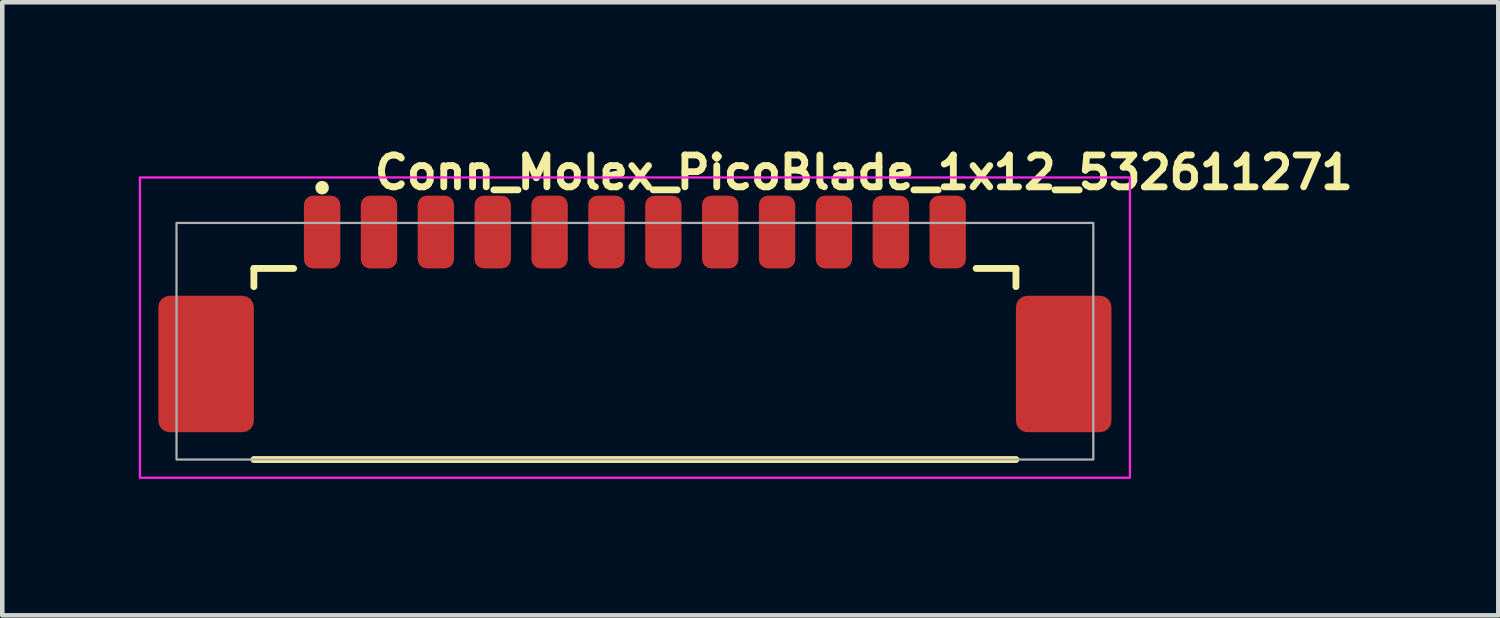
<source format=kicad_pcb>
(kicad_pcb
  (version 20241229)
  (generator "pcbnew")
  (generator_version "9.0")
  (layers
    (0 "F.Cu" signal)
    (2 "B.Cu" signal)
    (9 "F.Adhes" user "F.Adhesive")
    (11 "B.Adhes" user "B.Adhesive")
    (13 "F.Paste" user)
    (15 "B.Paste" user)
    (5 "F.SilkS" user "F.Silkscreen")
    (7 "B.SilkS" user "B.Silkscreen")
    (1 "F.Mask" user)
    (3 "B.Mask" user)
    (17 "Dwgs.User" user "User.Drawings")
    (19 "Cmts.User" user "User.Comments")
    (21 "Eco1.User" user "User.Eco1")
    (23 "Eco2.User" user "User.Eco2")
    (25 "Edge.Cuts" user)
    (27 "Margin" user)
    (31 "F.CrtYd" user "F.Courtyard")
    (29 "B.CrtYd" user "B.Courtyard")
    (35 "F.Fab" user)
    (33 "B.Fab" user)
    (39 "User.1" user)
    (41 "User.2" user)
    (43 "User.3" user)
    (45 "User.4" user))
  (footprint "Conn_Molex_PicoBlade_1x12_532611271"
    (layer "F.Cu")
    (at 10.905 4.45)
    (property "Reference" "Conn_Molex_PicoBlade_1x12_532611271" (at -5.8 -3.3 0) (layer "F.SilkS") (effects (font (size 0.7 0.7) (thickness 0.15)) (justify left bottom)))
    (attr smd)
    (fp_line (start -8.375 -1.6) (end -7.5 -1.6) (stroke (width 0.15) (type solid)) (layer "F.SilkS"))
    (fp_line (start -8.375 -1.2) (end -8.375 -1.6) (stroke (width 0.15) (type solid)) (layer "F.SilkS"))
    (fp_line (start -8.375 2.6) (end 8.375 2.6) (stroke (width 0.15) (type solid)) (layer "F.SilkS"))
    (fp_line (start 7.5 -1.6) (end 8.375 -1.6) (stroke (width 0.15) (type solid)) (layer "F.SilkS"))
    (fp_line (start 8.375 -1.2) (end 8.375 -1.6) (stroke (width 0.15) (type solid)) (layer "F.SilkS"))
    (fp_circle (center -6.875 -3.375) (end -6.8 -3.375) (stroke (width 0.15) (type solid)) (fill no) (layer "F.SilkS"))
    (fp_rect (start -10.88 -3.6) (end 10.88 3) (stroke (width 0.05) (type solid)) (fill no) (layer "F.CrtYd"))
    (fp_rect (start -10.075 -2.6) (end 10.075 2.6) (stroke (width 0.05) (type default)) (fill no) (layer "F.Fab"))
    (fp_rect (start -10.075 -2.6) (end 10.075 2.6) (stroke (width 0.1) (type solid)) (fill no) (layer "User.5"))
    (fp_line (start -10.075 1.4) (end -10.075 -0.4) (stroke (width 0.02) (type solid)) (layer "User.9"))
    (fp_line (start -10.075 1.4) (end -9.875 1.6) (stroke (width 0.02) (type solid)) (layer "User.9"))
    (fp_line (start -9.875 -0.6) (end -10.075 -0.4) (stroke (width 0.02) (type solid)) (layer "User.9"))
    (fp_line (start -9.875 -0.6) (end -9.675 -0.6) (stroke (width 0.02) (type solid)) (layer "User.9"))
    (fp_line (start -9.875 2.2) (end -9.875 -0.6) (stroke (width 0.02) (type solid)) (layer "User.9"))
    (fp_line (start -9.875 2.2) (end -9.675 2.2) (stroke (width 0.02) (type solid)) (layer "User.9"))
    (fp_line (start -9.675 -0.6) (end -8.875 -0.6) (stroke (width 0.02) (type solid)) (layer "User.9"))
    (fp_line (start -9.675 2.2) (end -9.675 -0.6) (stroke (width 0.02) (type solid)) (layer "User.9"))
    (fp_line (start -9.675 2.2) (end -8.875 2.2) (stroke (width 0.02) (type solid)) (layer "User.9"))
    (fp_line (start -8.875 -0.6) (end -8.375 -0.6) (stroke (width 0.02) (type solid)) (layer "User.9"))
    (fp_line (start -8.875 2.2) (end -8.875 -0.6) (stroke (width 0.02) (type solid)) (layer "User.9"))
    (fp_line (start -8.875 2.2) (end -8.375 2.2) (stroke (width 0.02) (type solid)) (layer "User.9"))
    (fp_line (start -8.375 -1.6) (end -8.375 1.6) (stroke (width 0.02) (type solid)) (layer "User.9"))
    (fp_line (start -8.375 1.6) (end -8.375 2.6) (stroke (width 0.02) (type solid)) (layer "User.9"))
    (fp_line (start -8.375 2.6) (end -8.075 2.6) (stroke (width 0.02) (type solid)) (layer "User.9"))
    (fp_line (start -8.075 2.6) (end -7.775 2.4) (stroke (width 0.02) (type solid)) (layer "User.9"))
    (fp_line (start -7.775 2.4) (end -7.775 1.6) (stroke (width 0.02) (type solid)) (layer "User.9"))
    (fp_line (start -7.775 2.4) (end -6.4 2.4) (stroke (width 0.02) (type solid)) (layer "User.9"))
    (fp_line (start -7.425 1) (end -7.425 1.6) (stroke (width 0.02) (type solid)) (layer "User.9"))
    (fp_line (start -7.425 1.6) (end -8.375 1.6) (stroke (width 0.02) (type solid)) (layer "User.9"))
    (fp_line (start -7.035 -2.6) (end -7.035 -2.3) (stroke (width 0.02) (type solid)) (layer "User.9"))
    (fp_line (start -7.035 -2.3) (end -7.035 -1.6) (stroke (width 0.02) (type solid)) (layer "User.9"))
    (fp_line (start -7.035 1) (end -7.035 1.9) (stroke (width 0.02) (type solid)) (layer "User.9"))
    (fp_line (start -6.715 -2.6) (end -7.035 -2.6) (stroke (width 0.02) (type solid)) (layer "User.9"))
    (fp_line (start -6.715 -2.6) (end -6.715 -2.3) (stroke (width 0.02) (type solid)) (layer "User.9"))
    (fp_line (start -6.715 -2.3) (end -7.035 -2.3) (stroke (width 0.02) (type solid)) (layer "User.9"))
    (fp_line (start -6.715 -2.3) (end -6.715 -1.6) (stroke (width 0.02) (type solid)) (layer "User.9"))
    (fp_line (start -6.715 1) (end -6.715 1.9) (stroke (width 0.02) (type solid)) (layer "User.9"))
    (fp_line (start -6.715 1.15) (end -6.4 1.15) (stroke (width 0.02) (type solid)) (layer "User.9"))
    (fp_line (start -6.715 1.9) (end -7.035 1.9) (stroke (width 0.02) (type solid)) (layer "User.9"))
    (fp_line (start -6.4 1.15) (end -6.4 2.4) (stroke (width 0.02) (type solid)) (layer "User.9"))
    (fp_line (start -6.4 2.4) (end -6.4 2.6) (stroke (width 0.02) (type solid)) (layer "User.9"))
    (fp_line (start -6.4 2.6) (end -8.075 2.6) (stroke (width 0.02) (type solid)) (layer "User.9"))
    (fp_line (start -6.1 1.15) (end -5.785 1.15) (stroke (width 0.02) (type solid)) (layer "User.9"))
    (fp_line (start -6.1 2.4) (end -6.1 1.15) (stroke (width 0.02) (type solid)) (layer "User.9"))
    (fp_line (start -6.1 2.4) (end 6.1 2.4) (stroke (width 0.02) (type solid)) (layer "User.9"))
    (fp_line (start -6.1 2.6) (end -6.1 2.4) (stroke (width 0.02) (type solid)) (layer "User.9"))
    (fp_line (start -5.785 -2.6) (end -5.785 -2.3) (stroke (width 0.02) (type solid)) (layer "User.9"))
    (fp_line (start -5.785 -2.3) (end -5.785 -1.6) (stroke (width 0.02) (type solid)) (layer "User.9"))
    (fp_line (start -5.785 1) (end -5.785 1.9) (stroke (width 0.02) (type solid)) (layer "User.9"))
    (fp_line (start -5.465 -2.6) (end -5.785 -2.6) (stroke (width 0.02) (type solid)) (layer "User.9"))
    (fp_line (start -5.465 -2.6) (end -5.465 -2.3) (stroke (width 0.02) (type solid)) (layer "User.9"))
    (fp_line (start -5.465 -2.3) (end -5.785 -2.3) (stroke (width 0.02) (type solid)) (layer "User.9"))
    (fp_line (start -5.465 -2.3) (end -5.465 -1.6) (stroke (width 0.02) (type solid)) (layer "User.9"))
    (fp_line (start -5.465 1) (end -5.465 1.9) (stroke (width 0.02) (type solid)) (layer "User.9"))
    (fp_line (start -5.465 1.9) (end -5.785 1.9) (stroke (width 0.02) (type solid)) (layer "User.9"))
    (fp_line (start -4.535 -2.6) (end -4.535 -2.3) (stroke (width 0.02) (type solid)) (layer "User.9"))
    (fp_line (start -4.535 -2.3) (end -4.535 -1.6) (stroke (width 0.02) (type solid)) (layer "User.9"))
    (fp_line (start -4.535 1) (end -4.535 1.9) (stroke (width 0.02) (type solid)) (layer "User.9"))
    (fp_line (start -4.215 -2.6) (end -4.535 -2.6) (stroke (width 0.02) (type solid)) (layer "User.9"))
    (fp_line (start -4.215 -2.6) (end -4.215 -2.3) (stroke (width 0.02) (type solid)) (layer "User.9"))
    (fp_line (start -4.215 -2.3) (end -4.535 -2.3) (stroke (width 0.02) (type solid)) (layer "User.9"))
    (fp_line (start -4.215 -2.3) (end -4.215 -1.6) (stroke (width 0.02) (type solid)) (layer "User.9"))
    (fp_line (start -4.215 1) (end -4.215 1.9) (stroke (width 0.02) (type solid)) (layer "User.9"))
    (fp_line (start -4.215 1.9) (end -4.535 1.9) (stroke (width 0.02) (type solid)) (layer "User.9"))
    (fp_line (start -3.285 -2.6) (end -3.285 -2.3) (stroke (width 0.02) (type solid)) (layer "User.9"))
    (fp_line (start -3.285 -2.3) (end -3.285 -1.6) (stroke (width 0.02) (type solid)) (layer "User.9"))
    (fp_line (start -3.285 1) (end -3.285 1.9) (stroke (width 0.02) (type solid)) (layer "User.9"))
    (fp_line (start -2.965 -2.6) (end -3.285 -2.6) (stroke (width 0.02) (type solid)) (layer "User.9"))
    (fp_line (start -2.965 -2.6) (end -2.965 -2.3) (stroke (width 0.02) (type solid)) (layer "User.9"))
    (fp_line (start -2.965 -2.3) (end -3.285 -2.3) (stroke (width 0.02) (type solid)) (layer "User.9"))
    (fp_line (start -2.965 -2.3) (end -2.965 -1.6) (stroke (width 0.02) (type solid)) (layer "User.9"))
    (fp_line (start -2.965 1) (end -2.965 1.9) (stroke (width 0.02) (type solid)) (layer "User.9"))
    (fp_line (start -2.965 1.9) (end -3.285 1.9) (stroke (width 0.02) (type solid)) (layer "User.9"))
    (fp_line (start -2.035 -2.6) (end -2.035 -2.3) (stroke (width 0.02) (type solid)) (layer "User.9"))
    (fp_line (start -2.035 -2.3) (end -2.035 -1.6) (stroke (width 0.02) (type solid)) (layer "User.9"))
    (fp_line (start -2.035 1) (end -2.035 1.9) (stroke (width 0.02) (type solid)) (layer "User.9"))
    (fp_line (start -1.715 -2.6) (end -2.035 -2.6) (stroke (width 0.02) (type solid)) (layer "User.9"))
    (fp_line (start -1.715 -2.6) (end -1.715 -2.3) (stroke (width 0.02) (type solid)) (layer "User.9"))
    (fp_line (start -1.715 -2.3) (end -2.035 -2.3) (stroke (width 0.02) (type solid)) (layer "User.9"))
    (fp_line (start -1.715 -2.3) (end -1.715 -1.6) (stroke (width 0.02) (type solid)) (layer "User.9"))
    (fp_line (start -1.715 1) (end -1.715 1.9) (stroke (width 0.02) (type solid)) (layer "User.9"))
    (fp_line (start -1.715 1.9) (end -2.035 1.9) (stroke (width 0.02) (type solid)) (layer "User.9"))
    (fp_line (start -0.785 -2.6) (end -0.785 -2.3) (stroke (width 0.02) (type solid)) (layer "User.9"))
    (fp_line (start -0.785 -2.3) (end -0.785 -1.6) (stroke (width 0.02) (type solid)) (layer "User.9"))
    (fp_line (start -0.785 1) (end -0.785 1.9) (stroke (width 0.02) (type solid)) (layer "User.9"))
    (fp_line (start -0.465 -2.6) (end -0.785 -2.6) (stroke (width 0.02) (type solid)) (layer "User.9"))
    (fp_line (start -0.465 -2.6) (end -0.465 -2.3) (stroke (width 0.02) (type solid)) (layer "User.9"))
    (fp_line (start -0.465 -2.3) (end -0.785 -2.3) (stroke (width 0.02) (type solid)) (layer "User.9"))
    (fp_line (start -0.465 -2.3) (end -0.465 -1.6) (stroke (width 0.02) (type solid)) (layer "User.9"))
    (fp_line (start -0.465 1) (end -0.465 1.9) (stroke (width 0.02) (type solid)) (layer "User.9"))
    (fp_line (start -0.465 1.9) (end -0.785 1.9) (stroke (width 0.02) (type solid)) (layer "User.9"))
    (fp_line (start 0.465 -2.6) (end 0.465 -2.3) (stroke (width 0.02) (type solid)) (layer "User.9"))
    (fp_line (start 0.465 -2.3) (end 0.465 -1.6) (stroke (width 0.02) (type solid)) (layer "User.9"))
    (fp_line (start 0.465 1) (end 0.465 1.9) (stroke (width 0.02) (type solid)) (layer "User.9"))
    (fp_line (start 0.785 -2.6) (end 0.465 -2.6) (stroke (width 0.02) (type solid)) (layer "User.9"))
    (fp_line (start 0.785 -2.6) (end 0.785 -2.3) (stroke (width 0.02) (type solid)) (layer "User.9"))
    (fp_line (start 0.785 -2.3) (end 0.465 -2.3) (stroke (width 0.02) (type solid)) (layer "User.9"))
    (fp_line (start 0.785 -2.3) (end 0.785 -1.6) (stroke (width 0.02) (type solid)) (layer "User.9"))
    (fp_line (start 0.785 1) (end 0.785 1.9) (stroke (width 0.02) (type solid)) (layer "User.9"))
    (fp_line (start 0.785 1.9) (end 0.465 1.9) (stroke (width 0.02) (type solid)) (layer "User.9"))
    (fp_line (start 1.715 -2.6) (end 1.715 -2.3) (stroke (width 0.02) (type solid)) (layer "User.9"))
    (fp_line (start 1.715 -2.3) (end 1.715 -1.6) (stroke (width 0.02) (type solid)) (layer "User.9"))
    (fp_line (start 1.715 1) (end 1.715 1.9) (stroke (width 0.02) (type solid)) (layer "User.9"))
    (fp_line (start 2.035 -2.6) (end 1.715 -2.6) (stroke (width 0.02) (type solid)) (layer "User.9"))
    (fp_line (start 2.035 -2.6) (end 2.035 -2.3) (stroke (width 0.02) (type solid)) (layer "User.9"))
    (fp_line (start 2.035 -2.3) (end 1.715 -2.3) (stroke (width 0.02) (type solid)) (layer "User.9"))
    (fp_line (start 2.035 -2.3) (end 2.035 -1.6) (stroke (width 0.02) (type solid)) (layer "User.9"))
    (fp_line (start 2.035 1) (end 2.035 1.9) (stroke (width 0.02) (type solid)) (layer "User.9"))
    (fp_line (start 2.035 1.9) (end 1.715 1.9) (stroke (width 0.02) (type solid)) (layer "User.9"))
    (fp_line (start 2.965 -2.6) (end 2.965 -2.3) (stroke (width 0.02) (type solid)) (layer "User.9"))
    (fp_line (start 2.965 -2.3) (end 2.965 -1.6) (stroke (width 0.02) (type solid)) (layer "User.9"))
    (fp_line (start 2.965 1) (end 2.965 1.9) (stroke (width 0.02) (type solid)) (layer "User.9"))
    (fp_line (start 3.285 -2.6) (end 2.965 -2.6) (stroke (width 0.02) (type solid)) (layer "User.9"))
    (fp_line (start 3.285 -2.6) (end 3.285 -2.3) (stroke (width 0.02) (type solid)) (layer "User.9"))
    (fp_line (start 3.285 -2.3) (end 2.965 -2.3) (stroke (width 0.02) (type solid)) (layer "User.9"))
    (fp_line (start 3.285 -2.3) (end 3.285 -1.6) (stroke (width 0.02) (type solid)) (layer "User.9"))
    (fp_line (start 3.285 1) (end 3.285 1.9) (stroke (width 0.02) (type solid)) (layer "User.9"))
    (fp_line (start 3.285 1.9) (end 2.965 1.9) (stroke (width 0.02) (type solid)) (layer "User.9"))
    (fp_line (start 4.215 -2.6) (end 4.215 -2.3) (stroke (width 0.02) (type solid)) (layer "User.9"))
    (fp_line (start 4.215 -2.3) (end 4.215 -1.6) (stroke (width 0.02) (type solid)) (layer "User.9"))
    (fp_line (start 4.215 1) (end 4.215 1.9) (stroke (width 0.02) (type solid)) (layer "User.9"))
    (fp_line (start 4.535 -2.6) (end 4.215 -2.6) (stroke (width 0.02) (type solid)) (layer "User.9"))
    (fp_line (start 4.535 -2.6) (end 4.535 -2.3) (stroke (width 0.02) (type solid)) (layer "User.9"))
    (fp_line (start 4.535 -2.3) (end 4.215 -2.3) (stroke (width 0.02) (type solid)) (layer "User.9"))
    (fp_line (start 4.535 -2.3) (end 4.535 -1.6) (stroke (width 0.02) (type solid)) (layer "User.9"))
    (fp_line (start 4.535 1) (end 4.535 1.9) (stroke (width 0.02) (type solid)) (layer "User.9"))
    (fp_line (start 4.535 1.9) (end 4.215 1.9) (stroke (width 0.02) (type solid)) (layer "User.9"))
    (fp_line (start 5.465 -2.6) (end 5.465 -2.3) (stroke (width 0.02) (type solid)) (layer "User.9"))
    (fp_line (start 5.465 -2.3) (end 5.465 -1.6) (stroke (width 0.02) (type solid)) (layer "User.9"))
    (fp_line (start 5.465 1) (end 5.465 1.9) (stroke (width 0.02) (type solid)) (layer "User.9"))
    (fp_line (start 5.785 -2.6) (end 5.465 -2.6) (stroke (width 0.02) (type solid)) (layer "User.9"))
    (fp_line (start 5.785 -2.6) (end 5.785 -2.3) (stroke (width 0.02) (type solid)) (layer "User.9"))
    (fp_line (start 5.785 -2.3) (end 5.465 -2.3) (stroke (width 0.02) (type solid)) (layer "User.9"))
    (fp_line (start 5.785 -2.3) (end 5.785 -1.6) (stroke (width 0.02) (type solid)) (layer "User.9"))
    (fp_line (start 5.785 1) (end 5.785 1.9) (stroke (width 0.02) (type solid)) (layer "User.9"))
    (fp_line (start 5.785 1.9) (end 5.465 1.9) (stroke (width 0.02) (type solid)) (layer "User.9"))
    (fp_line (start 6.1 1.15) (end 5.785 1.15) (stroke (width 0.02) (type solid)) (layer "User.9"))
    (fp_line (start 6.1 2.4) (end 6.1 1.15) (stroke (width 0.02) (type solid)) (layer "User.9"))
    (fp_line (start 6.1 2.6) (end -6.1 2.6) (stroke (width 0.02) (type solid)) (layer "User.9"))
    (fp_line (start 6.1 2.6) (end 6.1 2.4) (stroke (width 0.02) (type solid)) (layer "User.9"))
    (fp_line (start 6.4 1.15) (end 6.4 2.4) (stroke (width 0.02) (type solid)) (layer "User.9"))
    (fp_line (start 6.4 2.4) (end 6.4 2.6) (stroke (width 0.02) (type solid)) (layer "User.9"))
    (fp_line (start 6.4 2.4) (end 7.775 2.4) (stroke (width 0.02) (type solid)) (layer "User.9"))
    (fp_line (start 6.715 -2.6) (end 6.715 -2.3) (stroke (width 0.02) (type solid)) (layer "User.9"))
    (fp_line (start 6.715 -2.3) (end 6.715 -1.6) (stroke (width 0.02) (type solid)) (layer "User.9"))
    (fp_line (start 6.715 1) (end 6.715 1.9) (stroke (width 0.02) (type solid)) (layer "User.9"))
    (fp_line (start 6.715 1.15) (end 6.4 1.15) (stroke (width 0.02) (type solid)) (layer "User.9"))
    (fp_line (start 7.035 -2.6) (end 6.715 -2.6) (stroke (width 0.02) (type solid)) (layer "User.9"))
    (fp_line (start 7.035 -2.6) (end 7.035 -2.3) (stroke (width 0.02) (type solid)) (layer "User.9"))
    (fp_line (start 7.035 -2.3) (end 6.715 -2.3) (stroke (width 0.02) (type solid)) (layer "User.9"))
    (fp_line (start 7.035 -2.3) (end 7.035 -1.6) (stroke (width 0.02) (type solid)) (layer "User.9"))
    (fp_line (start 7.035 1) (end 7.035 1.9) (stroke (width 0.02) (type solid)) (layer "User.9"))
    (fp_line (start 7.035 1.9) (end 6.715 1.9) (stroke (width 0.02) (type solid)) (layer "User.9"))
    (fp_line (start 7.425 1) (end -7.425 1) (stroke (width 0.02) (type solid)) (layer "User.9"))
    (fp_line (start 7.425 1.6) (end 7.425 1) (stroke (width 0.02) (type solid)) (layer "User.9"))
    (fp_line (start 7.775 2.4) (end 7.775 1.6) (stroke (width 0.02) (type solid)) (layer "User.9"))
    (fp_line (start 7.775 2.4) (end 8.075 2.6) (stroke (width 0.02) (type solid)) (layer "User.9"))
    (fp_line (start 8.075 2.6) (end 6.4 2.6) (stroke (width 0.02) (type solid)) (layer "User.9"))
    (fp_line (start 8.075 2.6) (end 8.375 2.6) (stroke (width 0.02) (type solid)) (layer "User.9"))
    (fp_line (start 8.375 -1.6) (end -8.375 -1.6) (stroke (width 0.02) (type solid)) (layer "User.9"))
    (fp_line (start 8.375 -1.6) (end 8.375 1.6) (stroke (width 0.02) (type solid)) (layer "User.9"))
    (fp_line (start 8.375 -0.6) (end 8.875 -0.6) (stroke (width 0.02) (type solid)) (layer "User.9"))
    (fp_line (start 8.375 1.6) (end 7.425 1.6) (stroke (width 0.02) (type solid)) (layer "User.9"))
    (fp_line (start 8.375 2.2) (end 8.875 2.2) (stroke (width 0.02) (type solid)) (layer "User.9"))
    (fp_line (start 8.375 2.6) (end 8.375 1.6) (stroke (width 0.02) (type solid)) (layer "User.9"))
    (fp_line (start 8.875 -0.6) (end 9.675 -0.6) (stroke (width 0.02) (type solid)) (layer "User.9"))
    (fp_line (start 8.875 2.2) (end 8.875 -0.6) (stroke (width 0.02) (type solid)) (layer "User.9"))
    (fp_line (start 8.875 2.2) (end 9.675 2.2) (stroke (width 0.02) (type solid)) (layer "User.9"))
    (fp_line (start 9.675 -0.6) (end 9.875 -0.6) (stroke (width 0.02) (type solid)) (layer "User.9"))
    (fp_line (start 9.675 2.2) (end 9.675 -0.6) (stroke (width 0.02) (type solid)) (layer "User.9"))
    (fp_line (start 9.675 2.2) (end 9.875 2.2) (stroke (width 0.02) (type solid)) (layer "User.9"))
    (fp_line (start 9.875 1.6) (end 10.075 1.4) (stroke (width 0.02) (type solid)) (layer "User.9"))
    (fp_line (start 9.875 2.2) (end 9.875 -0.6) (stroke (width 0.02) (type solid)) (layer "User.9"))
    (fp_line (start 10.075 -0.4) (end 9.875 -0.6) (stroke (width 0.02) (type solid)) (layer "User.9"))
    (fp_line (start 10.075 1.4) (end 10.075 -0.4) (stroke (width 0.02) (type solid)) (layer "User.9"))
    (pad "1" smd roundrect (at -6.875 -2.4) (size 0.8 1.6) (layers "F.Cu" "F.Mask" "F.Paste") (roundrect_rratio 0.25))
    (pad "2" smd roundrect (at -5.625 -2.4) (size 0.8 1.6) (layers "F.Cu" "F.Mask" "F.Paste") (roundrect_rratio 0.25))
    (pad "3" smd roundrect (at -4.375 -2.4) (size 0.8 1.6) (layers "F.Cu" "F.Mask" "F.Paste") (roundrect_rratio 0.25))
    (pad "4" smd roundrect (at -3.125 -2.4) (size 0.8 1.6) (layers "F.Cu" "F.Mask" "F.Paste") (roundrect_rratio 0.25))
    (pad "5" smd roundrect (at -1.875 -2.4) (size 0.8 1.6) (layers "F.Cu" "F.Mask" "F.Paste") (roundrect_rratio 0.25))
    (pad "6" smd roundrect (at -0.625 -2.4) (size 0.8 1.6) (layers "F.Cu" "F.Mask" "F.Paste") (roundrect_rratio 0.25))
    (pad "7" smd roundrect (at 0.625 -2.4) (size 0.8 1.6) (layers "F.Cu" "F.Mask" "F.Paste") (roundrect_rratio 0.25))
    (pad "8" smd roundrect (at 1.875 -2.4) (size 0.8 1.6) (layers "F.Cu" "F.Mask" "F.Paste") (roundrect_rratio 0.25))
    (pad "9" smd roundrect (at 3.125 -2.4) (size 0.8 1.6) (layers "F.Cu" "F.Mask" "F.Paste") (roundrect_rratio 0.25))
    (pad "10" smd roundrect (at 4.375 -2.4) (size 0.8 1.6) (layers "F.Cu" "F.Mask" "F.Paste") (roundrect_rratio 0.25))
    (pad "11" smd roundrect (at 5.625 -2.4) (size 0.8 1.6) (layers "F.Cu" "F.Mask" "F.Paste") (roundrect_rratio 0.25))
    (pad "12" smd roundrect (at 6.875 -2.4) (size 0.8 1.6) (layers "F.Cu" "F.Mask" "F.Paste") (roundrect_rratio 0.25))
    (pad "MP" smd roundrect (at -9.425 0.5) (size 2.1 3) (layers "F.Cu" "F.Mask" "F.Paste") (roundrect_rratio 0.119))
    (pad "MP" smd roundrect (at 9.425 0.5) (size 2.1 3) (layers "F.Cu" "F.Mask" "F.Paste") (roundrect_rratio 0.119)))
  (gr_rect
    (start -3 -3)
    (end 29.882 10.475)
    (stroke (width 0.1) (type default))
    (fill no)
    (layer "Edge.Cuts")))
</source>
